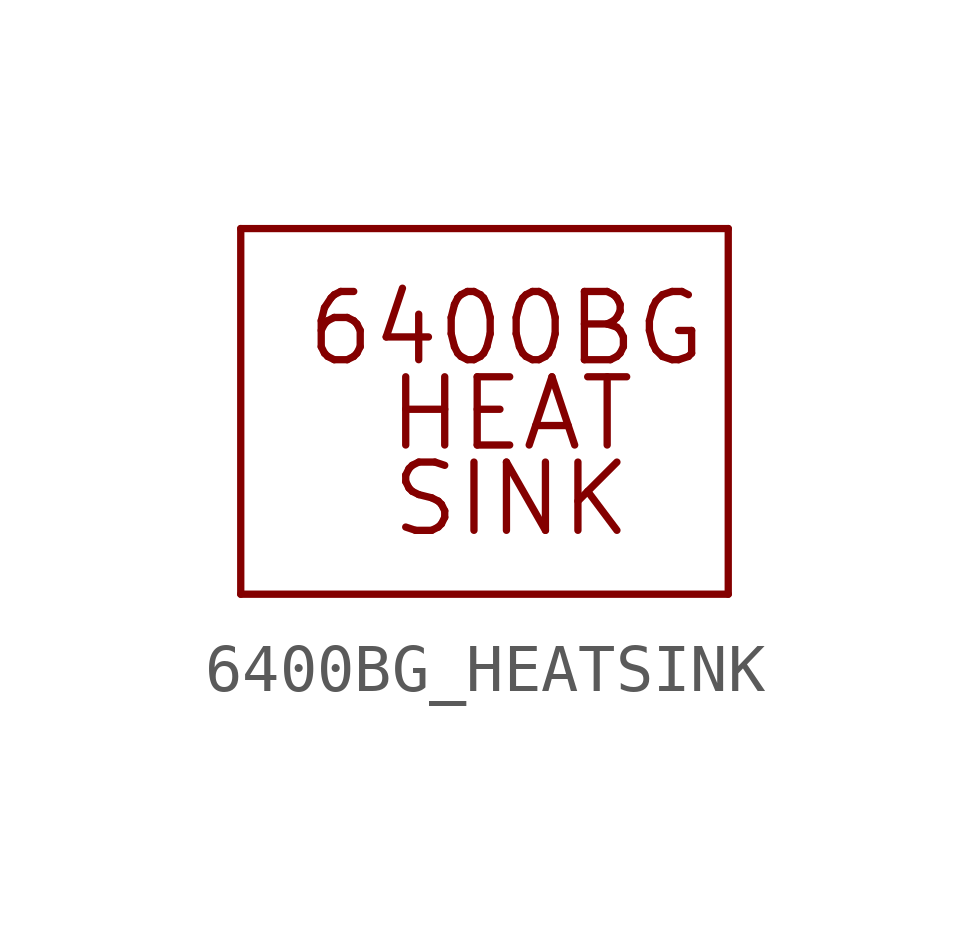
<source format=kicad_sym>
(kicad_symbol_lib
  (version 20211014)
  (generator kicad_symbol_editor)
  (symbol "6400BG_HEATSINK"
    (pin_numbers hide)
    (pin_names
      (offset 1.016) hide)
    (property "Reference" "M"
      (at 0 0 0)
      (effects (font (size 1.27 1.27)) hide))
    (property "ki_locked" ""
      (at 0 0 0)
      (effects (font (size 1.27 1.27))))
    (symbol "6400BG_HEATSINK_1_0"
      (polyline (pts (xy -5.08 -2.54) (xy 5.08 -2.54)) (stroke (width 0) (type default) (color 0 0 0 0)) (fill (type none)))
      (polyline (pts (xy -5.08 5.08) (xy -5.08 -2.54)) (stroke (width 0) (type default) (color 0 0 0 0)) (fill (type none)))
      (polyline (pts (xy 5.08 -2.54) (xy 5.08 5.08)) (stroke (width 0) (type default) (color 0 0 0 0)) (fill (type none)))
      (polyline (pts (xy 5.08 5.08) (xy -5.08 5.08)) (stroke (width 0) (type default) (color 0 0 0 0)) (fill (type none)))
      (text "6400BG" (at 0.457 2.997 0) (effects (font (size 1.422 1.422))))
      (text "HEAT" (at 0.559 1.219 0) (effects (font (size 1.422 1.422))))
      (text "SINK" (at 0.559 -0.559 0) (effects (font (size 1.422 1.422)))))))
</source>
